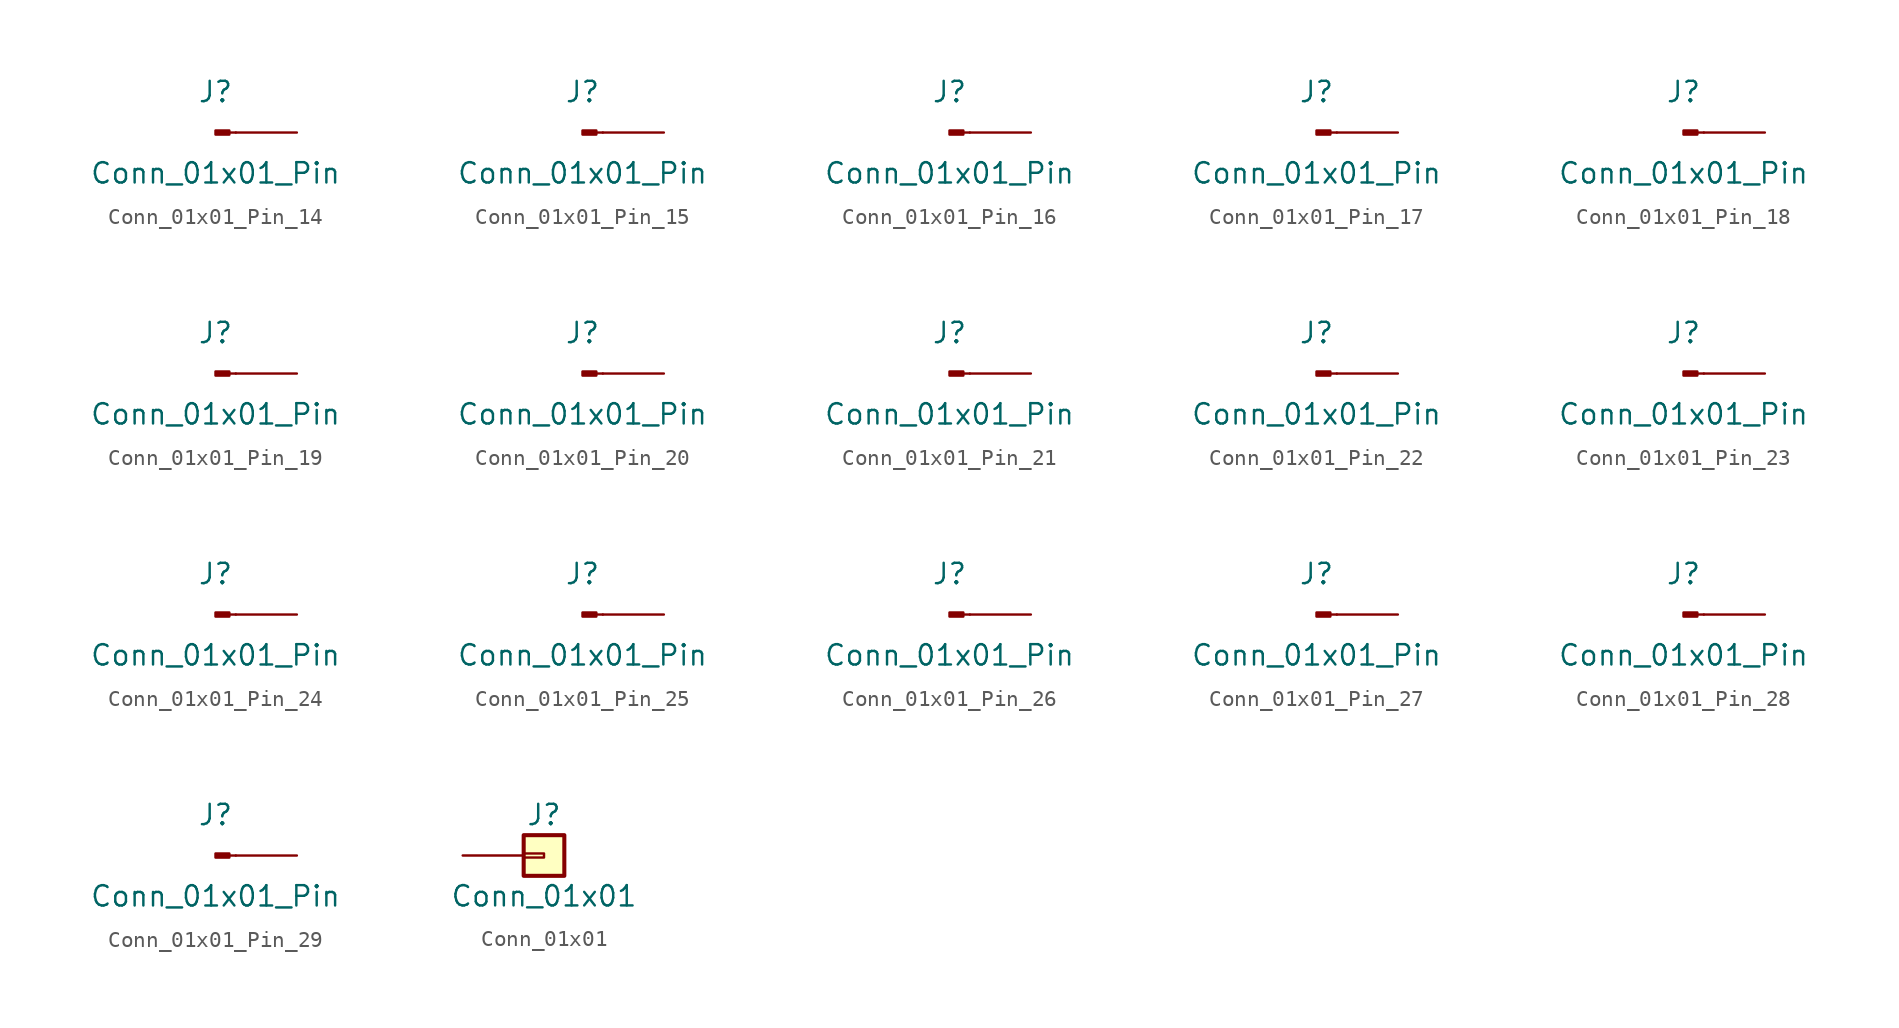
<source format=kicad_sym>
(kicad_symbol_lib
  (version 20241209)
  (generator "kicad_symbol_editor")
  (generator_version "9.0")
  (symbol "Conn_01x01_Pin_14"
    (pin_numbers
      (hide yes))
    (pin_names
      (offset 1.016)
      (hide yes))
    (property "Reference" "J"
      (at 0 2.54 0)
      (effects (font (size 1.27 1.27))))
    (property "Value" "Conn_01x01_Pin"
      (at 0 -2.54 0)
      (effects (font (size 1.27 1.27))))
    (property "ki_locked" ""
      (at 0 0 0)
      (effects (font (size 1.27 1.27))))
    (symbol "Conn_01x01_Pin_14_1_1"
      (rectangle (start 0.864 0.127) (end 0 -0.127) (stroke (width 0.152) (type default)) (fill (type outline)))
      (polyline (pts (xy 1.27 0) (xy 0.864 0)) (stroke (width 0.152) (type default)) (fill (type none)))
      (pin passive line (at 5.08 0 180) (length 3.81) (name "Pin_1" (effects (font (size 1.27 1.27)))) (number "1" (effects (font (size 1.27 1.27)))))))
  (symbol "Conn_01x01_Pin_15"
    (pin_numbers
      (hide yes))
    (pin_names
      (offset 1.016)
      (hide yes))
    (property "Reference" "J"
      (at 0 2.54 0)
      (effects (font (size 1.27 1.27))))
    (property "Value" "Conn_01x01_Pin"
      (at 0 -2.54 0)
      (effects (font (size 1.27 1.27))))
    (property "ki_locked" ""
      (at 0 0 0)
      (effects (font (size 1.27 1.27))))
    (symbol "Conn_01x01_Pin_15_1_1"
      (rectangle (start 0.864 0.127) (end 0 -0.127) (stroke (width 0.152) (type default)) (fill (type outline)))
      (polyline (pts (xy 1.27 0) (xy 0.864 0)) (stroke (width 0.152) (type default)) (fill (type none)))
      (pin passive line (at 5.08 0 180) (length 3.81) (name "Pin_1" (effects (font (size 1.27 1.27)))) (number "1" (effects (font (size 1.27 1.27)))))))
  (symbol "Conn_01x01_Pin_16"
    (pin_numbers
      (hide yes))
    (pin_names
      (offset 1.016)
      (hide yes))
    (property "Reference" "J"
      (at 0 2.54 0)
      (effects (font (size 1.27 1.27))))
    (property "Value" "Conn_01x01_Pin"
      (at 0 -2.54 0)
      (effects (font (size 1.27 1.27))))
    (property "ki_locked" ""
      (at 0 0 0)
      (effects (font (size 1.27 1.27))))
    (symbol "Conn_01x01_Pin_16_1_1"
      (rectangle (start 0.864 0.127) (end 0 -0.127) (stroke (width 0.152) (type default)) (fill (type outline)))
      (polyline (pts (xy 1.27 0) (xy 0.864 0)) (stroke (width 0.152) (type default)) (fill (type none)))
      (pin passive line (at 5.08 0 180) (length 3.81) (name "Pin_1" (effects (font (size 1.27 1.27)))) (number "1" (effects (font (size 1.27 1.27)))))))
  (symbol "Conn_01x01_Pin_17"
    (pin_numbers
      (hide yes))
    (pin_names
      (offset 1.016)
      (hide yes))
    (property "Reference" "J"
      (at 0 2.54 0)
      (effects (font (size 1.27 1.27))))
    (property "Value" "Conn_01x01_Pin"
      (at 0 -2.54 0)
      (effects (font (size 1.27 1.27))))
    (property "ki_locked" ""
      (at 0 0 0)
      (effects (font (size 1.27 1.27))))
    (symbol "Conn_01x01_Pin_17_1_1"
      (rectangle (start 0.864 0.127) (end 0 -0.127) (stroke (width 0.152) (type default)) (fill (type outline)))
      (polyline (pts (xy 1.27 0) (xy 0.864 0)) (stroke (width 0.152) (type default)) (fill (type none)))
      (pin passive line (at 5.08 0 180) (length 3.81) (name "Pin_1" (effects (font (size 1.27 1.27)))) (number "1" (effects (font (size 1.27 1.27)))))))
  (symbol "Conn_01x01_Pin_18"
    (pin_numbers
      (hide yes))
    (pin_names
      (offset 1.016)
      (hide yes))
    (property "Reference" "J"
      (at 0 2.54 0)
      (effects (font (size 1.27 1.27))))
    (property "Value" "Conn_01x01_Pin"
      (at 0 -2.54 0)
      (effects (font (size 1.27 1.27))))
    (property "ki_locked" ""
      (at 0 0 0)
      (effects (font (size 1.27 1.27))))
    (symbol "Conn_01x01_Pin_18_1_1"
      (rectangle (start 0.864 0.127) (end 0 -0.127) (stroke (width 0.152) (type default)) (fill (type outline)))
      (polyline (pts (xy 1.27 0) (xy 0.864 0)) (stroke (width 0.152) (type default)) (fill (type none)))
      (pin passive line (at 5.08 0 180) (length 3.81) (name "Pin_1" (effects (font (size 1.27 1.27)))) (number "1" (effects (font (size 1.27 1.27)))))))
  (symbol "Conn_01x01_Pin_19"
    (pin_numbers
      (hide yes))
    (pin_names
      (offset 1.016)
      (hide yes))
    (property "Reference" "J"
      (at 0 2.54 0)
      (effects (font (size 1.27 1.27))))
    (property "Value" "Conn_01x01_Pin"
      (at 0 -2.54 0)
      (effects (font (size 1.27 1.27))))
    (property "ki_locked" ""
      (at 0 0 0)
      (effects (font (size 1.27 1.27))))
    (symbol "Conn_01x01_Pin_19_1_1"
      (rectangle (start 0.864 0.127) (end 0 -0.127) (stroke (width 0.152) (type default)) (fill (type outline)))
      (polyline (pts (xy 1.27 0) (xy 0.864 0)) (stroke (width 0.152) (type default)) (fill (type none)))
      (pin passive line (at 5.08 0 180) (length 3.81) (name "Pin_1" (effects (font (size 1.27 1.27)))) (number "1" (effects (font (size 1.27 1.27)))))))
  (symbol "Conn_01x01_Pin_20"
    (pin_numbers
      (hide yes))
    (pin_names
      (offset 1.016)
      (hide yes))
    (property "Reference" "J"
      (at 0 2.54 0)
      (effects (font (size 1.27 1.27))))
    (property "Value" "Conn_01x01_Pin"
      (at 0 -2.54 0)
      (effects (font (size 1.27 1.27))))
    (property "ki_locked" ""
      (at 0 0 0)
      (effects (font (size 1.27 1.27))))
    (symbol "Conn_01x01_Pin_20_1_1"
      (rectangle (start 0.864 0.127) (end 0 -0.127) (stroke (width 0.152) (type default)) (fill (type outline)))
      (polyline (pts (xy 1.27 0) (xy 0.864 0)) (stroke (width 0.152) (type default)) (fill (type none)))
      (pin passive line (at 5.08 0 180) (length 3.81) (name "Pin_1" (effects (font (size 1.27 1.27)))) (number "1" (effects (font (size 1.27 1.27)))))))
  (symbol "Conn_01x01_Pin_21"
    (pin_numbers
      (hide yes))
    (pin_names
      (offset 1.016)
      (hide yes))
    (property "Reference" "J"
      (at 0 2.54 0)
      (effects (font (size 1.27 1.27))))
    (property "Value" "Conn_01x01_Pin"
      (at 0 -2.54 0)
      (effects (font (size 1.27 1.27))))
    (property "ki_locked" ""
      (at 0 0 0)
      (effects (font (size 1.27 1.27))))
    (symbol "Conn_01x01_Pin_21_1_1"
      (rectangle (start 0.864 0.127) (end 0 -0.127) (stroke (width 0.152) (type default)) (fill (type outline)))
      (polyline (pts (xy 1.27 0) (xy 0.864 0)) (stroke (width 0.152) (type default)) (fill (type none)))
      (pin passive line (at 5.08 0 180) (length 3.81) (name "Pin_1" (effects (font (size 1.27 1.27)))) (number "1" (effects (font (size 1.27 1.27)))))))
  (symbol "Conn_01x01_Pin_22"
    (pin_numbers
      (hide yes))
    (pin_names
      (offset 1.016)
      (hide yes))
    (property "Reference" "J"
      (at 0 2.54 0)
      (effects (font (size 1.27 1.27))))
    (property "Value" "Conn_01x01_Pin"
      (at 0 -2.54 0)
      (effects (font (size 1.27 1.27))))
    (property "ki_locked" ""
      (at 0 0 0)
      (effects (font (size 1.27 1.27))))
    (symbol "Conn_01x01_Pin_22_1_1"
      (rectangle (start 0.864 0.127) (end 0 -0.127) (stroke (width 0.152) (type default)) (fill (type outline)))
      (polyline (pts (xy 1.27 0) (xy 0.864 0)) (stroke (width 0.152) (type default)) (fill (type none)))
      (pin passive line (at 5.08 0 180) (length 3.81) (name "Pin_1" (effects (font (size 1.27 1.27)))) (number "1" (effects (font (size 1.27 1.27)))))))
  (symbol "Conn_01x01_Pin_23"
    (pin_numbers
      (hide yes))
    (pin_names
      (offset 1.016)
      (hide yes))
    (property "Reference" "J"
      (at 0 2.54 0)
      (effects (font (size 1.27 1.27))))
    (property "Value" "Conn_01x01_Pin"
      (at 0 -2.54 0)
      (effects (font (size 1.27 1.27))))
    (property "ki_locked" ""
      (at 0 0 0)
      (effects (font (size 1.27 1.27))))
    (symbol "Conn_01x01_Pin_23_1_1"
      (rectangle (start 0.864 0.127) (end 0 -0.127) (stroke (width 0.152) (type default)) (fill (type outline)))
      (polyline (pts (xy 1.27 0) (xy 0.864 0)) (stroke (width 0.152) (type default)) (fill (type none)))
      (pin passive line (at 5.08 0 180) (length 3.81) (name "Pin_1" (effects (font (size 1.27 1.27)))) (number "1" (effects (font (size 1.27 1.27)))))))
  (symbol "Conn_01x01_Pin_24"
    (pin_numbers
      (hide yes))
    (pin_names
      (offset 1.016)
      (hide yes))
    (property "Reference" "J"
      (at 0 2.54 0)
      (effects (font (size 1.27 1.27))))
    (property "Value" "Conn_01x01_Pin"
      (at 0 -2.54 0)
      (effects (font (size 1.27 1.27))))
    (property "ki_locked" ""
      (at 0 0 0)
      (effects (font (size 1.27 1.27))))
    (symbol "Conn_01x01_Pin_24_1_1"
      (rectangle (start 0.864 0.127) (end 0 -0.127) (stroke (width 0.152) (type default)) (fill (type outline)))
      (polyline (pts (xy 1.27 0) (xy 0.864 0)) (stroke (width 0.152) (type default)) (fill (type none)))
      (pin passive line (at 5.08 0 180) (length 3.81) (name "Pin_1" (effects (font (size 1.27 1.27)))) (number "1" (effects (font (size 1.27 1.27)))))))
  (symbol "Conn_01x01_Pin_25"
    (pin_numbers
      (hide yes))
    (pin_names
      (offset 1.016)
      (hide yes))
    (property "Reference" "J"
      (at 0 2.54 0)
      (effects (font (size 1.27 1.27))))
    (property "Value" "Conn_01x01_Pin"
      (at 0 -2.54 0)
      (effects (font (size 1.27 1.27))))
    (property "ki_locked" ""
      (at 0 0 0)
      (effects (font (size 1.27 1.27))))
    (symbol "Conn_01x01_Pin_25_1_1"
      (rectangle (start 0.864 0.127) (end 0 -0.127) (stroke (width 0.152) (type default)) (fill (type outline)))
      (polyline (pts (xy 1.27 0) (xy 0.864 0)) (stroke (width 0.152) (type default)) (fill (type none)))
      (pin passive line (at 5.08 0 180) (length 3.81) (name "Pin_1" (effects (font (size 1.27 1.27)))) (number "1" (effects (font (size 1.27 1.27)))))))
  (symbol "Conn_01x01_Pin_26"
    (pin_numbers
      (hide yes))
    (pin_names
      (offset 1.016)
      (hide yes))
    (property "Reference" "J"
      (at 0 2.54 0)
      (effects (font (size 1.27 1.27))))
    (property "Value" "Conn_01x01_Pin"
      (at 0 -2.54 0)
      (effects (font (size 1.27 1.27))))
    (property "ki_locked" ""
      (at 0 0 0)
      (effects (font (size 1.27 1.27))))
    (symbol "Conn_01x01_Pin_26_1_1"
      (rectangle (start 0.864 0.127) (end 0 -0.127) (stroke (width 0.152) (type default)) (fill (type outline)))
      (polyline (pts (xy 1.27 0) (xy 0.864 0)) (stroke (width 0.152) (type default)) (fill (type none)))
      (pin passive line (at 5.08 0 180) (length 3.81) (name "Pin_1" (effects (font (size 1.27 1.27)))) (number "1" (effects (font (size 1.27 1.27)))))))
  (symbol "Conn_01x01_Pin_27"
    (pin_numbers
      (hide yes))
    (pin_names
      (offset 1.016)
      (hide yes))
    (property "Reference" "J"
      (at 0 2.54 0)
      (effects (font (size 1.27 1.27))))
    (property "Value" "Conn_01x01_Pin"
      (at 0 -2.54 0)
      (effects (font (size 1.27 1.27))))
    (property "ki_locked" ""
      (at 0 0 0)
      (effects (font (size 1.27 1.27))))
    (symbol "Conn_01x01_Pin_27_1_1"
      (rectangle (start 0.864 0.127) (end 0 -0.127) (stroke (width 0.152) (type default)) (fill (type outline)))
      (polyline (pts (xy 1.27 0) (xy 0.864 0)) (stroke (width 0.152) (type default)) (fill (type none)))
      (pin passive line (at 5.08 0 180) (length 3.81) (name "Pin_1" (effects (font (size 1.27 1.27)))) (number "1" (effects (font (size 1.27 1.27)))))))
  (symbol "Conn_01x01_Pin_28"
    (pin_numbers
      (hide yes))
    (pin_names
      (offset 1.016)
      (hide yes))
    (property "Reference" "J"
      (at 0 2.54 0)
      (effects (font (size 1.27 1.27))))
    (property "Value" "Conn_01x01_Pin"
      (at 0 -2.54 0)
      (effects (font (size 1.27 1.27))))
    (property "ki_locked" ""
      (at 0 0 0)
      (effects (font (size 1.27 1.27))))
    (symbol "Conn_01x01_Pin_28_1_1"
      (rectangle (start 0.864 0.127) (end 0 -0.127) (stroke (width 0.152) (type default)) (fill (type outline)))
      (polyline (pts (xy 1.27 0) (xy 0.864 0)) (stroke (width 0.152) (type default)) (fill (type none)))
      (pin passive line (at 5.08 0 180) (length 3.81) (name "Pin_1" (effects (font (size 1.27 1.27)))) (number "1" (effects (font (size 1.27 1.27)))))))
  (symbol "Conn_01x01_Pin_29"
    (pin_numbers
      (hide yes))
    (pin_names
      (offset 1.016)
      (hide yes))
    (property "Reference" "J"
      (at 0 2.54 0)
      (effects (font (size 1.27 1.27))))
    (property "Value" "Conn_01x01_Pin"
      (at 0 -2.54 0)
      (effects (font (size 1.27 1.27))))
    (property "ki_locked" ""
      (at 0 0 0)
      (effects (font (size 1.27 1.27))))
    (symbol "Conn_01x01_Pin_29_1_1"
      (rectangle (start 0.864 0.127) (end 0 -0.127) (stroke (width 0.152) (type default)) (fill (type outline)))
      (polyline (pts (xy 1.27 0) (xy 0.864 0)) (stroke (width 0.152) (type default)) (fill (type none)))
      (pin passive line (at 5.08 0 180) (length 3.81) (name "Pin_1" (effects (font (size 1.27 1.27)))) (number "1" (effects (font (size 1.27 1.27)))))))
  (symbol "Conn_01x01"
    (pin_numbers
      (hide yes))
    (pin_names
      (offset 1.016)
      (hide yes))
    (property "Reference" "J"
      (at 0 2.54 0)
      (effects (font (size 1.27 1.27))))
    (property "Value" "Conn_01x01"
      (at 0 -2.54 0)
      (effects (font (size 1.27 1.27))))
    (symbol "Conn_01x01_1_1"
      (rectangle (start -1.27 1.27) (end 1.27 -1.27) (stroke (width 0.254) (type default)) (fill (type background)))
      (rectangle (start -1.27 0.127) (end 0 -0.127) (stroke (width 0.152) (type default)) (fill (type none)))
      (pin passive line (at -5.08 0 0) (length 3.81) (name "Pin_1" (effects (font (size 1.27 1.27)))) (number "1" (effects (font (size 1.27 1.27))))))))
</source>
